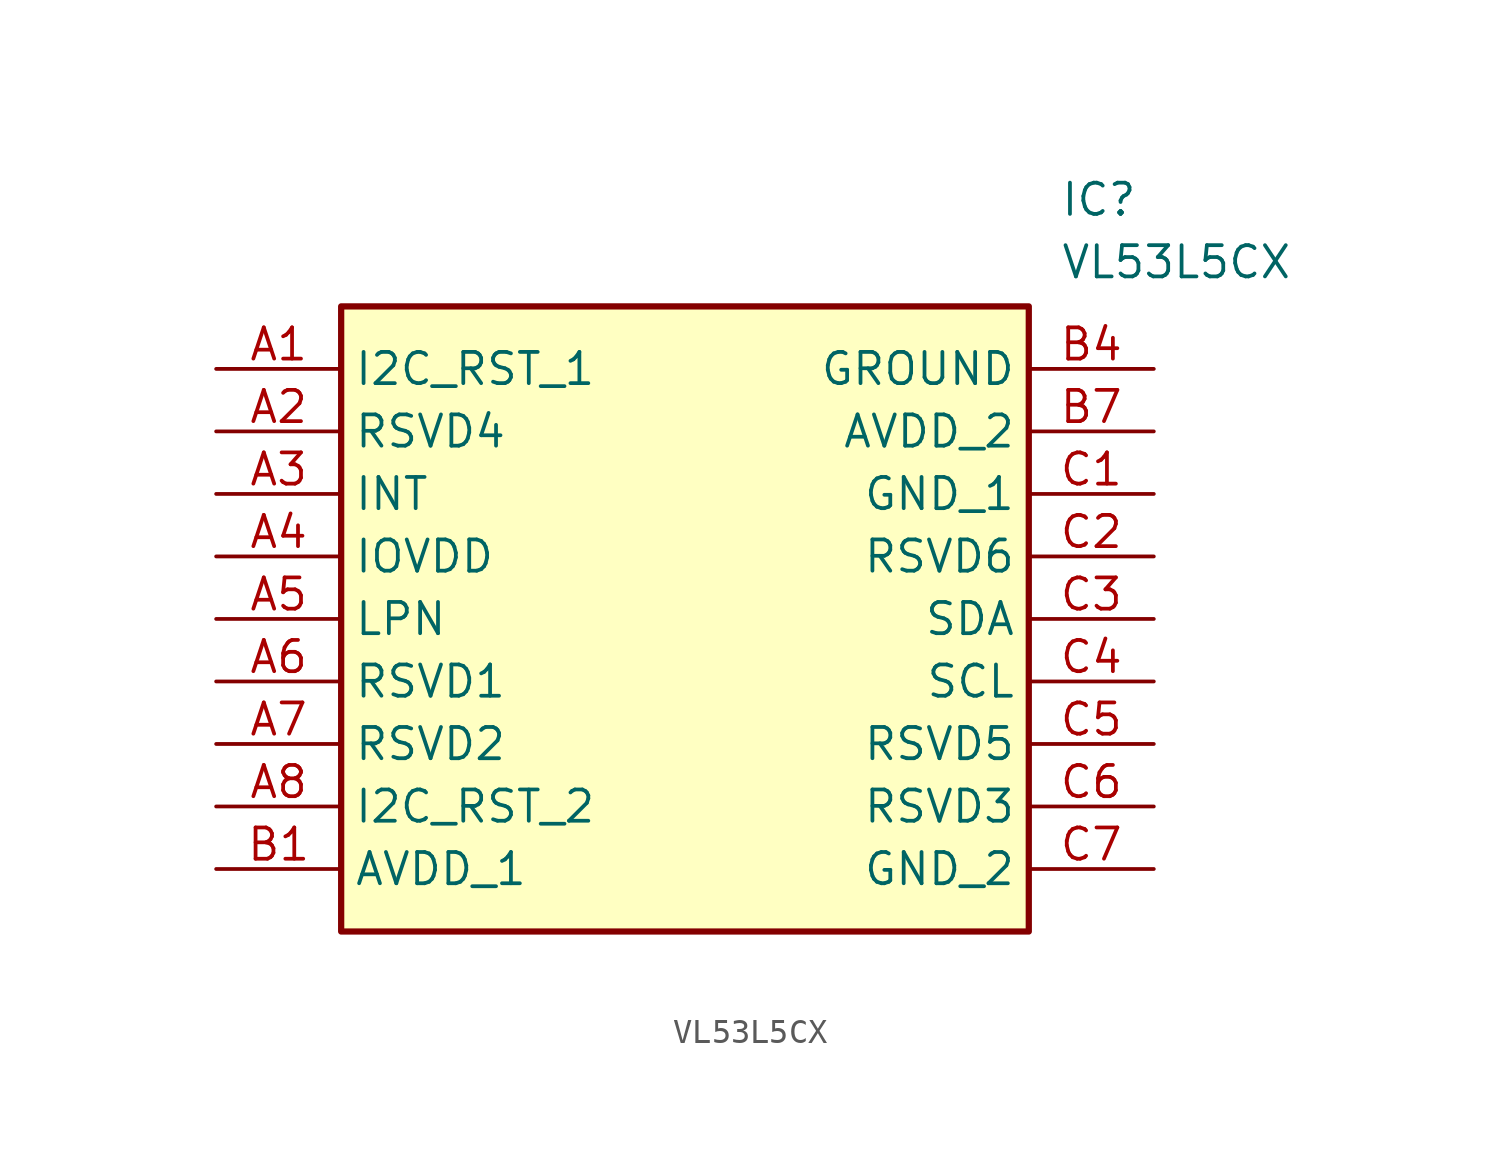
<source format=kicad_sym>
(kicad_symbol_lib
  (version 20211014)
  (generator SamacSys_ECAD_Model)
  (symbol "VL53L5CX"
    (property "Reference" "IC"
      (at 34.29 7.62 0)
      (effects (font (size 1.27 1.27)) (justify left top)))
    (property "Value" "VL53L5CX"
      (at 34.29 5.08 0)
      (effects (font (size 1.27 1.27)) (justify left top)))
    (rectangle
      (start 5.08 2.54)
      (end 33.02 -22.86)
      (stroke (width 0.254) (type default))
      (fill (type background)))
    (pin passive line
      (at 0 0 0)
      (length 5.08)
      (name "I2C_RST_1" (effects (font (size 1.27 1.27))))
      (number "A1" (effects (font (size 1.27 1.27)))))
    (pin passive line
      (at 0 -2.54 0)
      (length 5.08)
      (name "RSVD4" (effects (font (size 1.27 1.27))))
      (number "A2" (effects (font (size 1.27 1.27)))))
    (pin passive line
      (at 0 -5.08 0)
      (length 5.08)
      (name "INT" (effects (font (size 1.27 1.27))))
      (number "A3" (effects (font (size 1.27 1.27)))))
    (pin passive line
      (at 0 -7.62 0)
      (length 5.08)
      (name "IOVDD" (effects (font (size 1.27 1.27))))
      (number "A4" (effects (font (size 1.27 1.27)))))
    (pin passive line
      (at 0 -10.16 0)
      (length 5.08)
      (name "LPN" (effects (font (size 1.27 1.27))))
      (number "A5" (effects (font (size 1.27 1.27)))))
    (pin passive line
      (at 0 -12.7 0)
      (length 5.08)
      (name "RSVD1" (effects (font (size 1.27 1.27))))
      (number "A6" (effects (font (size 1.27 1.27)))))
    (pin passive line
      (at 0 -15.24 0)
      (length 5.08)
      (name "RSVD2" (effects (font (size 1.27 1.27))))
      (number "A7" (effects (font (size 1.27 1.27)))))
    (pin passive line
      (at 0 -17.78 0)
      (length 5.08)
      (name "I2C_RST_2" (effects (font (size 1.27 1.27))))
      (number "A8" (effects (font (size 1.27 1.27)))))
    (pin passive line
      (at 0 -20.32 0)
      (length 5.08)
      (name "AVDD_1" (effects (font (size 1.27 1.27))))
      (number "B1" (effects (font (size 1.27 1.27)))))
    (pin passive line
      (at 38.1 0 180)
      (length 5.08)
      (name "GROUND" (effects (font (size 1.27 1.27))))
      (number "B4" (effects (font (size 1.27 1.27)))))
    (pin passive line
      (at 38.1 -2.54 180)
      (length 5.08)
      (name "AVDD_2" (effects (font (size 1.27 1.27))))
      (number "B7" (effects (font (size 1.27 1.27)))))
    (pin passive line
      (at 38.1 -5.08 180)
      (length 5.08)
      (name "GND_1" (effects (font (size 1.27 1.27))))
      (number "C1" (effects (font (size 1.27 1.27)))))
    (pin passive line
      (at 38.1 -7.62 180)
      (length 5.08)
      (name "RSVD6" (effects (font (size 1.27 1.27))))
      (number "C2" (effects (font (size 1.27 1.27)))))
    (pin passive line
      (at 38.1 -10.16 180)
      (length 5.08)
      (name "SDA" (effects (font (size 1.27 1.27))))
      (number "C3" (effects (font (size 1.27 1.27)))))
    (pin passive line
      (at 38.1 -12.7 180)
      (length 5.08)
      (name "SCL" (effects (font (size 1.27 1.27))))
      (number "C4" (effects (font (size 1.27 1.27)))))
    (pin passive line
      (at 38.1 -15.24 180)
      (length 5.08)
      (name "RSVD5" (effects (font (size 1.27 1.27))))
      (number "C5" (effects (font (size 1.27 1.27)))))
    (pin passive line
      (at 38.1 -17.78 180)
      (length 5.08)
      (name "RSVD3" (effects (font (size 1.27 1.27))))
      (number "C6" (effects (font (size 1.27 1.27)))))
    (pin passive line
      (at 38.1 -20.32 180)
      (length 5.08)
      (name "GND_2" (effects (font (size 1.27 1.27))))
      (number "C7" (effects (font (size 1.27 1.27)))))))
</source>
